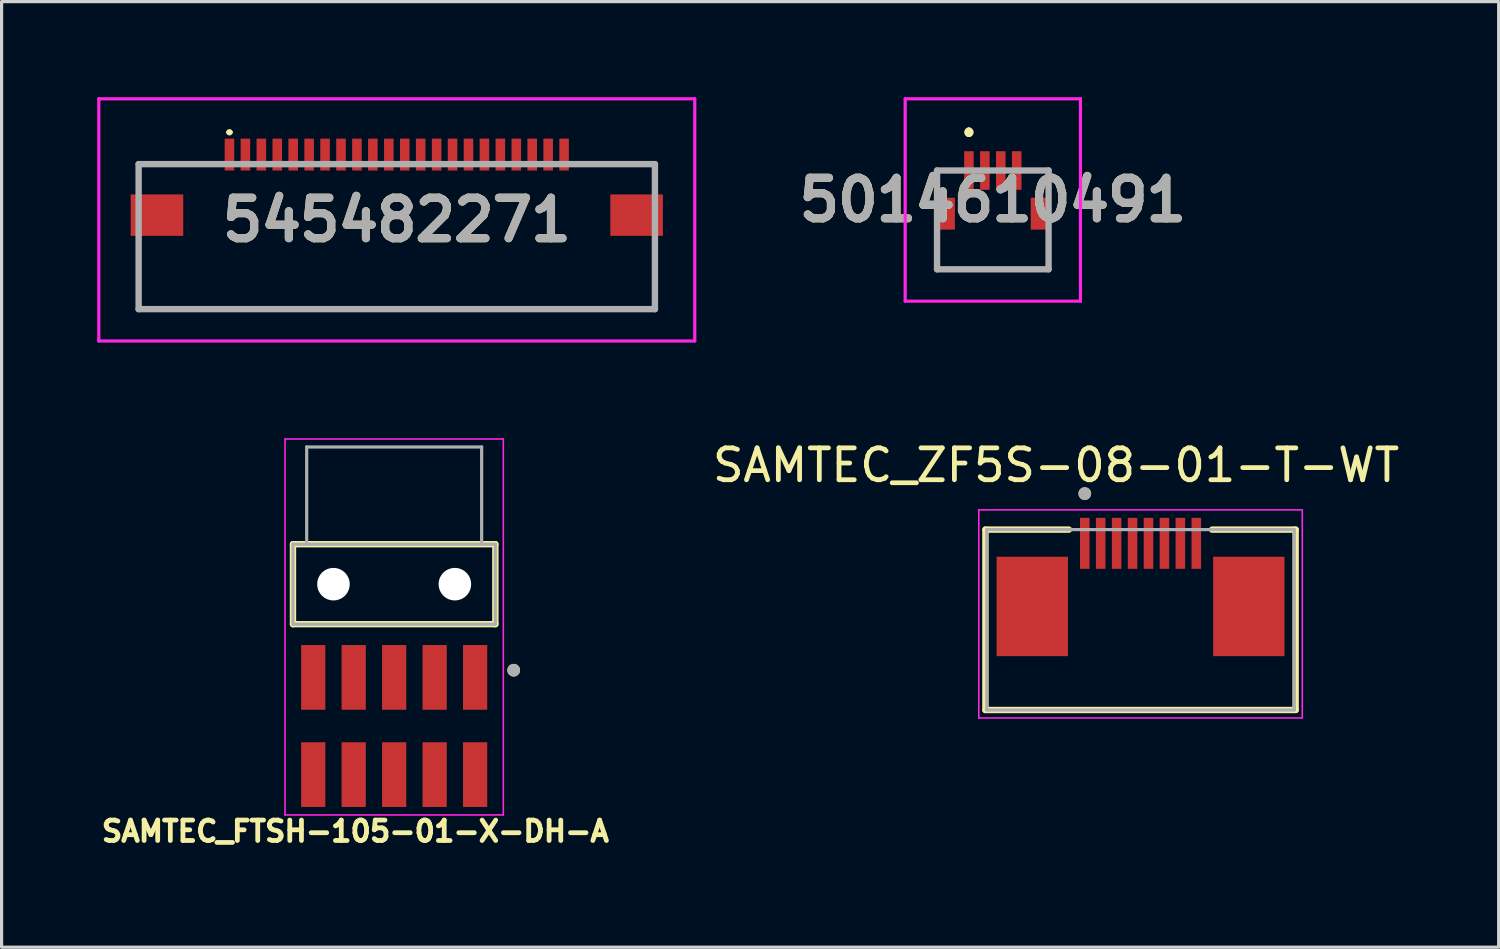
<source format=kicad_pcb>
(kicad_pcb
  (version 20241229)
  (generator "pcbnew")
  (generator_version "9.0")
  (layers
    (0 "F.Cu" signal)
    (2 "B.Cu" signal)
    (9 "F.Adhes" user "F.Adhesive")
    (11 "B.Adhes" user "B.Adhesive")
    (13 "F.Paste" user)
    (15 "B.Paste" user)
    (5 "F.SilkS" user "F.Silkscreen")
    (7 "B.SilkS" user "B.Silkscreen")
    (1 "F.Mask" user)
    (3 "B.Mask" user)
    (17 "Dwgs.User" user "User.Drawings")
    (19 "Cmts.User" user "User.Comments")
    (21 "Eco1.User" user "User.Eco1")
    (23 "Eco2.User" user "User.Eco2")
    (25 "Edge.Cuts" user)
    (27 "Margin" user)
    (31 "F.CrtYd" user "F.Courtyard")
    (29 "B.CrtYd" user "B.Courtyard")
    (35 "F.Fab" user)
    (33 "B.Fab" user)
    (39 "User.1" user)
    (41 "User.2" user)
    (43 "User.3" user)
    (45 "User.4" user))
  (footprint "SAMTEC_FTSH-105-01-X-DH-A"
    (layer "F.Cu")
    (at 9.318 19.73)
    (property "Reference" "SAMTEC_FTSH-105-01-X-DH-A" (at -1.218 3.304 0) (layer "F.SilkS") (effects (font (size 0.64 0.64) (thickness 0.15))))
    (attr through_hole)
    (fp_line (start -3.175 -5.705) (end -3.175 -3.195) (stroke (width 0.2) (type solid)) (layer "F.SilkS"))
    (fp_line (start -3.175 -3.195) (end 3.175 -3.195) (stroke (width 0.2) (type solid)) (layer "F.SilkS"))
    (fp_line (start 3.175 -5.705) (end -3.175 -5.705) (stroke (width 0.2) (type solid)) (layer "F.SilkS"))
    (fp_line (start 3.175 -3.195) (end 3.175 -5.705) (stroke (width 0.2) (type solid)) (layer "F.SilkS"))
    (fp_circle (center 3.75 -1.75) (end 3.85 -1.75) (stroke (width 0.2) (type solid)) (fill no) (layer "F.SilkS"))
    (fp_line (start -3.425 -9.005) (end -3.425 2.79) (stroke (width 0.05) (type solid)) (layer "F.CrtYd"))
    (fp_line (start -3.425 2.79) (end 3.425 2.79) (stroke (width 0.05) (type solid)) (layer "F.CrtYd"))
    (fp_line (start 3.425 -9.005) (end -3.425 -9.005) (stroke (width 0.05) (type solid)) (layer "F.CrtYd"))
    (fp_line (start 3.425 2.79) (end 3.425 -9.005) (stroke (width 0.05) (type solid)) (layer "F.CrtYd"))
    (fp_line (start -3.175 -5.705) (end -3.175 -3.195) (stroke (width 0.1) (type solid)) (layer "F.Fab"))
    (fp_line (start -3.175 -3.195) (end 3.175 -3.195) (stroke (width 0.1) (type solid)) (layer "F.Fab"))
    (fp_line (start -2.745 -8.755) (end 2.745 -8.755) (stroke (width 0.1) (type solid)) (layer "F.Fab"))
    (fp_line (start -2.745 -5.705) (end -3.175 -5.705) (stroke (width 0.1) (type solid)) (layer "F.Fab"))
    (fp_line (start -2.745 -5.705) (end -2.745 -8.755) (stroke (width 0.1) (type solid)) (layer "F.Fab"))
    (fp_line (start 2.745 -5.705) (end -2.745 -5.705) (stroke (width 0.1) (type solid)) (layer "F.Fab"))
    (fp_line (start 2.745 -5.705) (end 2.745 -8.755) (stroke (width 0.1) (type solid)) (layer "F.Fab"))
    (fp_line (start 3.175 -5.705) (end 2.745 -5.705) (stroke (width 0.1) (type solid)) (layer "F.Fab"))
    (fp_line (start 3.175 -3.195) (end 3.175 -5.705) (stroke (width 0.1) (type solid)) (layer "F.Fab"))
    (fp_circle (center 3.75 -1.75) (end 3.85 -1.75) (stroke (width 0.2) (type solid)) (fill no) (layer "F.Fab"))
    (pad "" np_thru_hole circle (at -1.905 -4.45) (size 1.02 1.02) (drill 1.02) (layers "*.Cu" "*.Mask"))
    (pad "" np_thru_hole circle (at 1.905 -4.45) (size 1.02 1.02) (drill 1.02) (layers "*.Cu" "*.Mask"))
    (pad "1" smd rect (at 2.54 -1.525) (size 0.76 2.03) (layers "F.Cu" "F.Mask" "F.Paste"))
    (pad "2" smd rect (at 2.54 1.525) (size 0.76 2.03) (layers "F.Cu" "F.Mask" "F.Paste"))
    (pad "3" smd rect (at 1.27 -1.525) (size 0.76 2.03) (layers "F.Cu" "F.Mask" "F.Paste"))
    (pad "4" smd rect (at 1.27 1.525) (size 0.76 2.03) (layers "F.Cu" "F.Mask" "F.Paste"))
    (pad "5" smd rect (at 0 -1.525) (size 0.76 2.03) (layers "F.Cu" "F.Mask" "F.Paste"))
    (pad "6" smd rect (at 0 1.525) (size 0.76 2.03) (layers "F.Cu" "F.Mask" "F.Paste"))
    (pad "7" smd rect (at -1.27 -1.525) (size 0.76 2.03) (layers "F.Cu" "F.Mask" "F.Paste"))
    (pad "8" smd rect (at -1.27 1.525) (size 0.76 2.03) (layers "F.Cu" "F.Mask" "F.Paste"))
    (pad "9" smd rect (at -2.54 -1.525) (size 0.76 2.03) (layers "F.Cu" "F.Mask" "F.Paste"))
    (pad "10" smd rect (at -2.54 1.525) (size 0.76 2.03) (layers "F.Cu" "F.Mask" "F.Paste")))
  (footprint "545482271"
    (layer "F.Cu")
    (at 9.4 3.85)
    (property "Reference" "545482271" (at 0 0 0) (layer "F.SilkS") (effects (font (size 1.27 1.27) (thickness 0.254))))
    (attr smd)
    (fp_line (start -8.1 0.79) (end -8.1 2.8) (stroke (width 0.1) (type solid)) (layer "F.SilkS"))
    (fp_line (start -8.1 2.8) (end 8.1 2.8) (stroke (width 0.1) (type solid)) (layer "F.SilkS"))
    (fp_line (start -6 -1.75) (end -8.1 -1.75) (stroke (width 0.1) (type solid)) (layer "F.SilkS"))
    (fp_line (start -5.3 -2.75) (end -5.3 -2.75) (stroke (width 0.1) (type solid)) (layer "F.SilkS"))
    (fp_line (start -5.2 -2.75) (end -5.2 -2.75) (stroke (width 0.1) (type solid)) (layer "F.SilkS"))
    (fp_line (start 6 -1.75) (end 8.1 -1.75) (stroke (width 0.1) (type solid)) (layer "F.SilkS"))
    (fp_line (start 8.1 2.8) (end 8.1 0.79) (stroke (width 0.1) (type solid)) (layer "F.SilkS"))
    (fp_arc (start -5.3 -2.75) (mid -5.25 -2.8) (end -5.2 -2.75) (stroke (width 0.1) (type solid)) (layer "F.SilkS"))
    (fp_arc (start -5.2 -2.75) (mid -5.25 -2.7) (end -5.3 -2.75) (stroke (width 0.1) (type solid)) (layer "F.SilkS"))
    (fp_line (start -9.35 -3.8) (end 9.35 -3.8) (stroke (width 0.1) (type solid)) (layer "F.CrtYd"))
    (fp_line (start -9.35 3.8) (end -9.35 -3.8) (stroke (width 0.1) (type solid)) (layer "F.CrtYd"))
    (fp_line (start 9.35 -3.8) (end 9.35 3.8) (stroke (width 0.1) (type solid)) (layer "F.CrtYd"))
    (fp_line (start 9.35 3.8) (end -9.35 3.8) (stroke (width 0.1) (type solid)) (layer "F.CrtYd"))
    (fp_line (start -8.1 -1.75) (end 8.1 -1.75) (stroke (width 0.2) (type solid)) (layer "F.Fab"))
    (fp_line (start -8.1 2.8) (end -8.1 -1.75) (stroke (width 0.2) (type solid)) (layer "F.Fab"))
    (fp_line (start 8.1 -1.75) (end 8.1 2.8) (stroke (width 0.2) (type solid)) (layer "F.Fab"))
    (fp_line (start 8.1 2.8) (end -8.1 2.8) (stroke (width 0.2) (type solid)) (layer "F.Fab"))
    (fp_text user "${REFERENCE}" (at 0 0 0) (layer "F.Fab") (effects (font (size 1.27 1.27) (thickness 0.254))))
    (pad "1" smd rect (at -5.25 -2.05) (size 0.3 1) (layers "F.Cu" "F.Mask" "F.Paste"))
    (pad "2" smd rect (at -4.75 -2.05) (size 0.3 1) (layers "F.Cu" "F.Mask" "F.Paste"))
    (pad "3" smd rect (at -4.25 -2.05) (size 0.3 1) (layers "F.Cu" "F.Mask" "F.Paste"))
    (pad "4" smd rect (at -3.75 -2.05) (size 0.3 1) (layers "F.Cu" "F.Mask" "F.Paste"))
    (pad "5" smd rect (at -3.25 -2.05) (size 0.3 1) (layers "F.Cu" "F.Mask" "F.Paste"))
    (pad "6" smd rect (at -2.75 -2.05) (size 0.3 1) (layers "F.Cu" "F.Mask" "F.Paste"))
    (pad "7" smd rect (at -2.25 -2.05) (size 0.3 1) (layers "F.Cu" "F.Mask" "F.Paste"))
    (pad "8" smd rect (at -1.75 -2.05) (size 0.3 1) (layers "F.Cu" "F.Mask" "F.Paste"))
    (pad "9" smd rect (at -1.25 -2.05) (size 0.3 1) (layers "F.Cu" "F.Mask" "F.Paste"))
    (pad "10" smd rect (at -0.75 -2.05) (size 0.3 1) (layers "F.Cu" "F.Mask" "F.Paste"))
    (pad "11" smd rect (at -0.25 -2.05) (size 0.3 1) (layers "F.Cu" "F.Mask" "F.Paste"))
    (pad "12" smd rect (at 0.25 -2.05) (size 0.3 1) (layers "F.Cu" "F.Mask" "F.Paste"))
    (pad "13" smd rect (at 0.75 -2.05) (size 0.3 1) (layers "F.Cu" "F.Mask" "F.Paste"))
    (pad "14" smd rect (at 1.25 -2.05) (size 0.3 1) (layers "F.Cu" "F.Mask" "F.Paste"))
    (pad "15" smd rect (at 1.75 -2.05) (size 0.3 1) (layers "F.Cu" "F.Mask" "F.Paste"))
    (pad "16" smd rect (at 2.25 -2.05) (size 0.3 1) (layers "F.Cu" "F.Mask" "F.Paste"))
    (pad "17" smd rect (at 2.75 -2.05) (size 0.3 1) (layers "F.Cu" "F.Mask" "F.Paste"))
    (pad "18" smd rect (at 3.25 -2.05) (size 0.3 1) (layers "F.Cu" "F.Mask" "F.Paste"))
    (pad "19" smd rect (at 3.75 -2.05) (size 0.3 1) (layers "F.Cu" "F.Mask" "F.Paste"))
    (pad "20" smd rect (at 4.25 -2.05) (size 0.3 1) (layers "F.Cu" "F.Mask" "F.Paste"))
    (pad "21" smd rect (at 4.75 -2.05) (size 0.3 1) (layers "F.Cu" "F.Mask" "F.Paste"))
    (pad "22" smd rect (at 5.25 -2.05) (size 0.3 1) (layers "F.Cu" "F.Mask" "F.Paste"))
    (pad "23" smd rect (at -7.525 -0.15) (size 1.65 1.3) (layers "F.Cu" "F.Mask" "F.Paste"))
    (pad "24" smd rect (at 7.525 -0.15) (size 1.65 1.3) (layers "F.Cu" "F.Mask" "F.Paste")))
  (footprint "SAMTEC_ZF5S-08-01-T-WT"
    (layer "F.Cu")
    (at 32.737 15.978)
    (property "Reference" "SAMTEC_ZF5S-08-01-T-WT" (at -2.65 -4.43 0) (layer "F.SilkS") (effects (font (size 1 1) (thickness 0.15))))
    (attr smd)
    (fp_line (start -4.867 -2.41) (end -4.867 3.25) (stroke (width 0.2) (type solid)) (layer "F.SilkS"))
    (fp_line (start -4.867 -2.41) (end -2.247 -2.41) (stroke (width 0.2) (type solid)) (layer "F.SilkS"))
    (fp_line (start -4.867 3.25) (end 4.867 3.25) (stroke (width 0.2) (type solid)) (layer "F.SilkS"))
    (fp_line (start 4.867 -2.41) (end 2.247 -2.41) (stroke (width 0.2) (type solid)) (layer "F.SilkS"))
    (fp_line (start 4.867 -2.41) (end 4.867 3.25) (stroke (width 0.2) (type solid)) (layer "F.SilkS"))
    (fp_circle (center -1.75 -3.54) (end -1.65 -3.54) (stroke (width 0.2) (type solid)) (fill no) (layer "F.SilkS"))
    (fp_line (start -5.075 -3.03) (end 5.075 -3.03) (stroke (width 0.05) (type solid)) (layer "F.CrtYd"))
    (fp_line (start -5.075 3.5) (end -5.075 -3.03) (stroke (width 0.05) (type solid)) (layer "F.CrtYd"))
    (fp_line (start 5.075 -3.03) (end 5.075 3.5) (stroke (width 0.05) (type solid)) (layer "F.CrtYd"))
    (fp_line (start 5.075 3.5) (end -5.075 3.5) (stroke (width 0.05) (type solid)) (layer "F.CrtYd"))
    (fp_line (start -4.825 -2.41) (end 4.825 -2.41) (stroke (width 0.1) (type solid)) (layer "F.Fab"))
    (fp_line (start -4.825 3.25) (end -4.825 -2.41) (stroke (width 0.1) (type solid)) (layer "F.Fab"))
    (fp_line (start 4.825 -2.41) (end 4.825 3.25) (stroke (width 0.1) (type solid)) (layer "F.Fab"))
    (fp_line (start 4.825 3.25) (end -4.825 3.25) (stroke (width 0.1) (type solid)) (layer "F.Fab"))
    (fp_circle (center -1.75 -3.54) (end -1.65 -3.54) (stroke (width 0.2) (type solid)) (fill no) (layer "F.Fab"))
    (pad "01" smd rect (at -1.75 -1.98) (size 0.3 1.6) (layers "F.Cu" "F.Mask" "F.Paste"))
    (pad "02" smd rect (at -1.25 -1.98) (size 0.3 1.6) (layers "F.Cu" "F.Mask" "F.Paste"))
    (pad "03" smd rect (at -0.75 -1.98) (size 0.3 1.6) (layers "F.Cu" "F.Mask" "F.Paste"))
    (pad "04" smd rect (at -0.25 -1.98) (size 0.3 1.6) (layers "F.Cu" "F.Mask" "F.Paste"))
    (pad "05" smd rect (at 0.25 -1.98) (size 0.3 1.6) (layers "F.Cu" "F.Mask" "F.Paste"))
    (pad "06" smd rect (at 0.75 -1.98) (size 0.3 1.6) (layers "F.Cu" "F.Mask" "F.Paste"))
    (pad "07" smd rect (at 1.25 -1.98) (size 0.3 1.6) (layers "F.Cu" "F.Mask" "F.Paste"))
    (pad "08" smd rect (at 1.75 -1.98) (size 0.3 1.6) (layers "F.Cu" "F.Mask" "F.Paste"))
    (pad "S1" smd rect (at -3.397 0) (size 2.24 3.12) (layers "F.Cu" "F.Mask" "F.Paste"))
    (pad "S2" smd rect (at 3.397 0) (size 2.24 3.12) (layers "F.Cu" "F.Mask" "F.Paste")))
  (footprint "5014610491"
    (layer "F.Cu")
    (at 28.102 3.225)
    (property "Reference" "5014610491" (at 0 0 0) (layer "F.SilkS") (effects (font (size 1.27 1.27) (thickness 0.254))))
    (attr smd)
    (fp_line (start -1.75 2.175) (end -1.75 1.175) (stroke (width 0.1) (type solid)) (layer "F.SilkS"))
    (fp_line (start -0.75 -2.175) (end -0.75 -2.175) (stroke (width 0.2) (type solid)) (layer "F.SilkS"))
    (fp_line (start -0.75 -2.075) (end -0.75 -2.075) (stroke (width 0.2) (type solid)) (layer "F.SilkS"))
    (fp_line (start 1.75 1.175) (end 1.75 2.175) (stroke (width 0.1) (type solid)) (layer "F.SilkS"))
    (fp_line (start 1.75 2.175) (end -1.75 2.175) (stroke (width 0.1) (type solid)) (layer "F.SilkS"))
    (fp_arc (start -0.75 -2.175) (mid -0.7 -2.125) (end -0.75 -2.075) (stroke (width 0.2) (type solid)) (layer "F.SilkS"))
    (fp_arc (start -0.75 -2.075) (mid -0.8 -2.125) (end -0.75 -2.175) (stroke (width 0.2) (type solid)) (layer "F.SilkS"))
    (fp_line (start -2.75 -3.175) (end 2.75 -3.175) (stroke (width 0.1) (type solid)) (layer "F.CrtYd"))
    (fp_line (start -2.75 3.175) (end -2.75 -3.175) (stroke (width 0.1) (type solid)) (layer "F.CrtYd"))
    (fp_line (start 2.75 -3.175) (end 2.75 3.175) (stroke (width 0.1) (type solid)) (layer "F.CrtYd"))
    (fp_line (start 2.75 3.175) (end -2.75 3.175) (stroke (width 0.1) (type solid)) (layer "F.CrtYd"))
    (fp_line (start -1.75 -0.925) (end 1.75 -0.925) (stroke (width 0.2) (type solid)) (layer "F.Fab"))
    (fp_line (start -1.75 2.175) (end -1.75 -0.925) (stroke (width 0.2) (type solid)) (layer "F.Fab"))
    (fp_line (start 1.75 -0.925) (end 1.75 2.175) (stroke (width 0.2) (type solid)) (layer "F.Fab"))
    (fp_line (start 1.75 2.175) (end -1.75 2.175) (stroke (width 0.2) (type solid)) (layer "F.Fab"))
    (fp_text user "${REFERENCE}" (at 0 0 0) (layer "F.Fab") (effects (font (size 1.27 1.27) (thickness 0.254))))
    (pad "1" smd rect (at -0.75 -0.925) (size 0.3 1.21) (layers "F.Cu" "F.Mask" "F.Paste"))
    (pad "2" smd rect (at -0.25 -0.925) (size 0.3 1.21) (layers "F.Cu" "F.Mask" "F.Paste"))
    (pad "3" smd rect (at 0.25 -0.925) (size 0.3 1.21) (layers "F.Cu" "F.Mask" "F.Paste"))
    (pad "4" smd rect (at 0.75 -0.925) (size 0.3 1.21) (layers "F.Cu" "F.Mask" "F.Paste"))
    (pad "MP1" smd rect (at -1.45 0.43) (size 0.52 1) (layers "F.Cu" "F.Mask" "F.Paste"))
    (pad "MP2" smd rect (at 1.45 0.43) (size 0.52 1) (layers "F.Cu" "F.Mask" "F.Paste")))
  (gr_rect
    (start -3 -3)
    (end 43.974 26.671)
    (stroke (width 0.1) (type default))
    (fill no)
    (layer "Edge.Cuts")))
</source>
